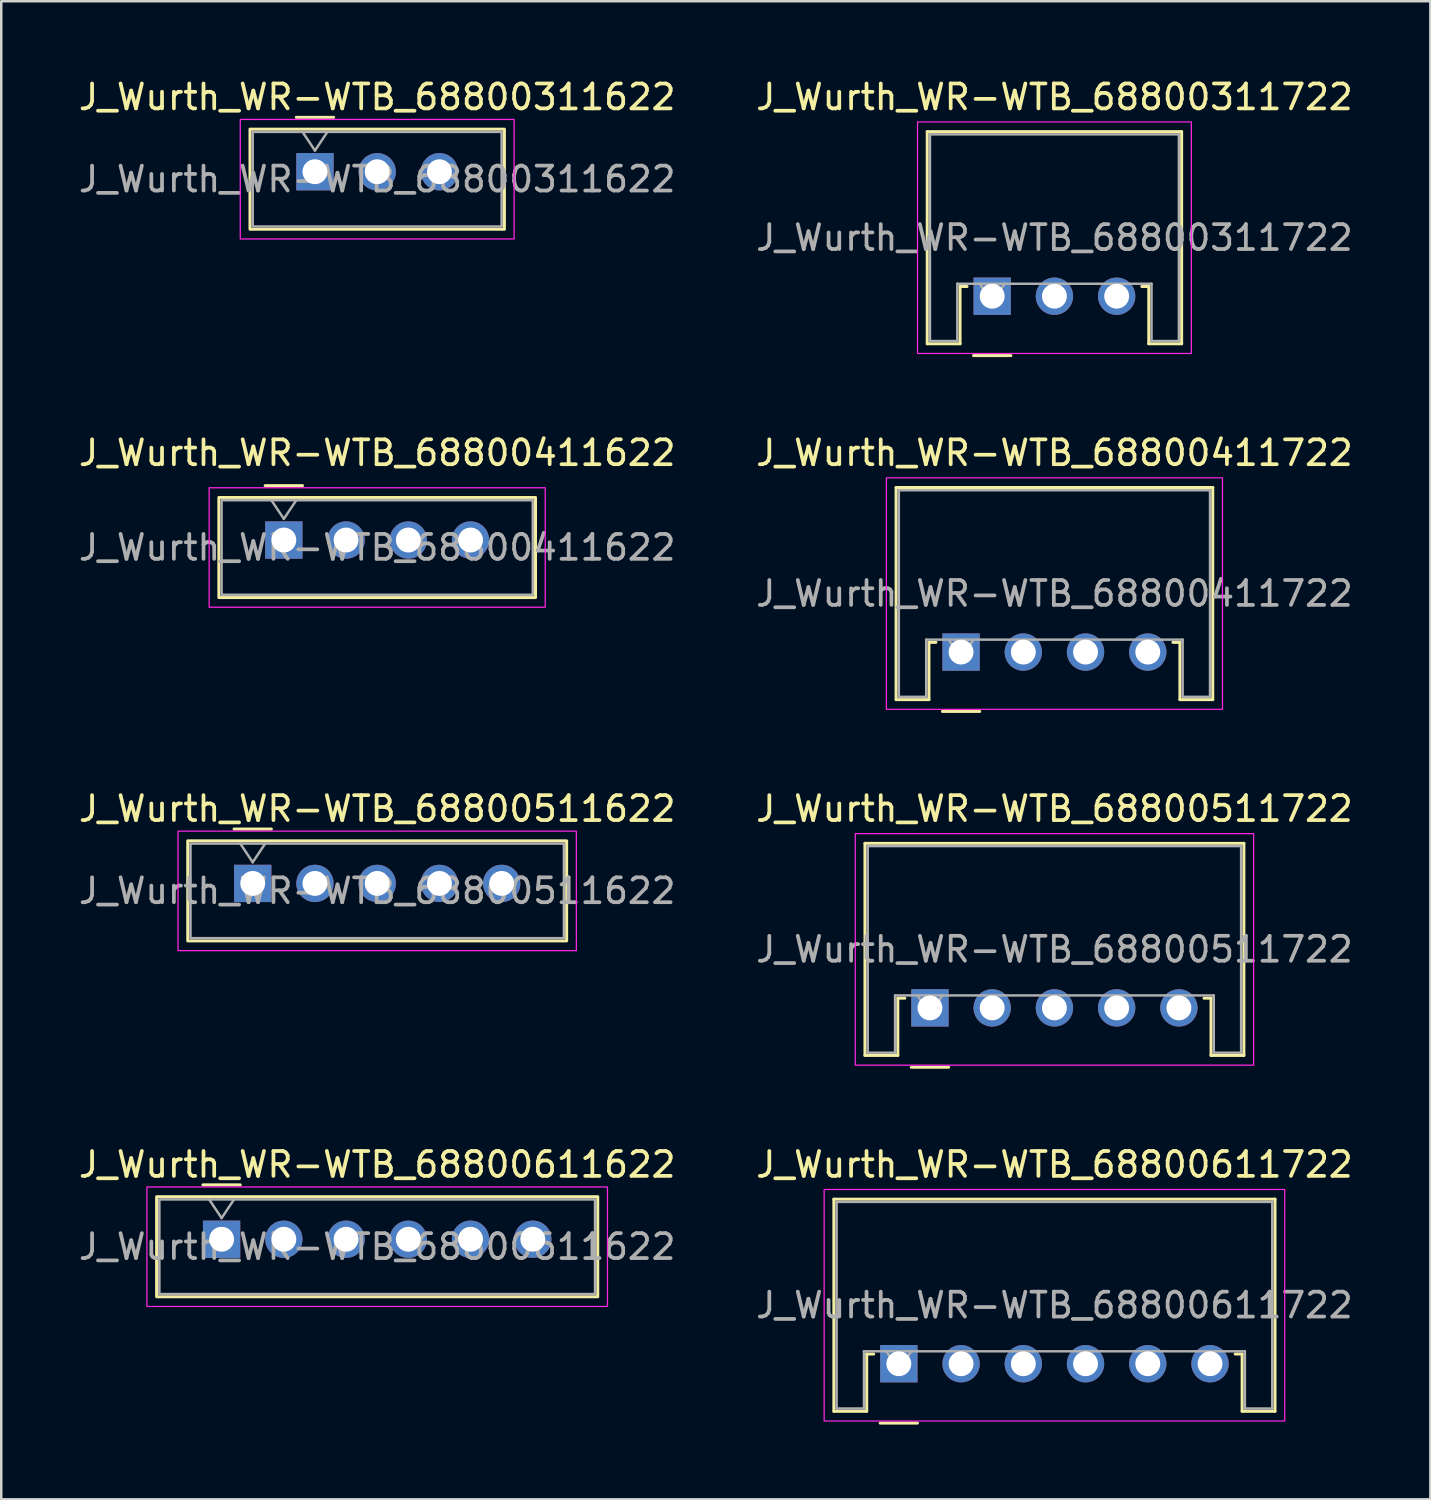
<source format=kicad_pcb>
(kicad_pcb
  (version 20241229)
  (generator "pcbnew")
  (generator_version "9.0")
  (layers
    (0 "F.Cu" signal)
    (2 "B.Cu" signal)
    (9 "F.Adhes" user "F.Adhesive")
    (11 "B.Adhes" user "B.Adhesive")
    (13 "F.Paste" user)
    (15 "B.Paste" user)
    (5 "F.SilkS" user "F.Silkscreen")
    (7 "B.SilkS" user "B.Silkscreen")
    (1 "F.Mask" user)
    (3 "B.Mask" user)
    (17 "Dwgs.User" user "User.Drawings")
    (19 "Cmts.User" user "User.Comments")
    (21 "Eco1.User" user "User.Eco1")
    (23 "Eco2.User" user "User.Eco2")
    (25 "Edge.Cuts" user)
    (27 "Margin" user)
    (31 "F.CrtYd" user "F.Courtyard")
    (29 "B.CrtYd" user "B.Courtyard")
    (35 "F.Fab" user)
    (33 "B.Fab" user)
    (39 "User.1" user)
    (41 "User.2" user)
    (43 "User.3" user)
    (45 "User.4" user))
  (footprint "J_Wurth_WR-WTB_68800411722"
    (layer "F.Cu")
    (at 35.554 23.142)
    (property "Reference" "J_Wurth_WR-WTB_68800411722" (at 3.75 -8 0) (unlocked yes) (layer "F.SilkS") (effects (font (size 1 1) (thickness 0.15))))
    (attr through_hole)
    (fp_line (start -2.61 -6.61) (end 10.11 -6.61) (stroke (width 0.12) (type default)) (layer "F.SilkS"))
    (fp_line (start -2.61 1.91) (end -2.61 -6.61) (stroke (width 0.12) (type default)) (layer "F.SilkS"))
    (fp_line (start -2.61 1.91) (end -1.29 1.91) (stroke (width 0.12) (type solid)) (layer "F.SilkS"))
    (fp_line (start -1.29 1.91) (end -1.29 -0.39) (stroke (width 0.12) (type solid)) (layer "F.SilkS"))
    (fp_line (start -1.01 -0.39) (end -1.29 -0.39) (stroke (width 0.12) (type solid)) (layer "F.SilkS"))
    (fp_line (start 0.75 2.385) (end -0.75 2.385) (stroke (width 0.12) (type solid)) (layer "F.SilkS"))
    (fp_line (start 8.79 -0.39) (end 8.51 -0.39) (stroke (width 0.12) (type solid)) (layer "F.SilkS"))
    (fp_line (start 8.79 1.91) (end 8.79 -0.39) (stroke (width 0.12) (type solid)) (layer "F.SilkS"))
    (fp_line (start 10.11 -6.61) (end 10.11 1.91) (stroke (width 0.12) (type default)) (layer "F.SilkS"))
    (fp_line (start 10.11 1.91) (end 8.79 1.91) (stroke (width 0.12) (type solid)) (layer "F.SilkS"))
    (fp_rect (start -3 -7) (end 10.5 2.3) (stroke (width 0.05) (type solid)) (fill no) (layer "F.CrtYd"))
    (fp_line (start -2.5 -6.5) (end 10 -6.5) (stroke (width 0.1) (type default)) (layer "F.Fab"))
    (fp_line (start -2.5 1.8) (end -2.5 -6.5) (stroke (width 0.1) (type default)) (layer "F.Fab"))
    (fp_line (start -2.5 1.8) (end -1.4 1.8) (stroke (width 0.1) (type solid)) (layer "F.Fab"))
    (fp_line (start -1.4 -0.5) (end 8.9 -0.5) (stroke (width 0.1) (type default)) (layer "F.Fab"))
    (fp_line (start -1.4 1.8) (end -1.4 -0.5) (stroke (width 0.1) (type solid)) (layer "F.Fab"))
    (fp_line (start 0 0.25) (end -0.5 -0.5) (stroke (width 0.1) (type solid)) (layer "F.Fab"))
    (fp_line (start 0 0.25) (end 0.5 -0.5) (stroke (width 0.1) (type solid)) (layer "F.Fab"))
    (fp_line (start 8.9 1.8) (end 8.9 -0.5) (stroke (width 0.1) (type solid)) (layer "F.Fab"))
    (fp_line (start 10 -6.5) (end 10 1.8) (stroke (width 0.1) (type default)) (layer "F.Fab"))
    (fp_line (start 10 1.8) (end 8.9 1.8) (stroke (width 0.1) (type solid)) (layer "F.Fab"))
    (fp_text user "${REFERENCE}" (at 3.75 -2.35 0) (unlocked yes) (layer "F.Fab") (effects (font (size 1 1) (thickness 0.15))))
    (pad "1" thru_hole rect (at 0 0 180) (size 1.5 1.5) (drill 1) (layers "*.Cu" "*.Mask"))
    (pad "2" thru_hole circle (at 2.5 0 180) (size 1.5 1.5) (drill 1) (layers "*.Cu" "*.Mask"))
    (pad "3" thru_hole circle (at 5 0 180) (size 1.5 1.5) (drill 1) (layers "*.Cu" "*.Mask"))
    (pad "4" thru_hole circle (at 7.5 0 180) (size 1.5 1.5) (drill 1) (layers "*.Cu" "*.Mask")))
  (footprint "J_Wurth_WR-WTB_68800611622"
    (layer "F.Cu")
    (at 5.851 46.728)
    (property "Reference" "J_Wurth_WR-WTB_68800611622" (at 6.25 -3 0) (unlocked yes) (layer "F.SilkS") (effects (font (size 1 1) (thickness 0.15))))
    (attr through_hole)
    (fp_line (start -0.75 -2.185) (end 0.75 -2.185) (stroke (width 0.12) (type solid)) (layer "F.SilkS"))
    (fp_rect (start -2.61 2.31) (end 15.11 -1.71) (stroke (width 0.12) (type solid)) (fill no) (layer "F.SilkS"))
    (fp_rect (start -3 2.7) (end 15.5 -2.1) (stroke (width 0.05) (type solid)) (fill no) (layer "F.CrtYd"))
    (fp_line (start 0 -0.85) (end -0.5 -1.6) (stroke (width 0.1) (type solid)) (layer "F.Fab"))
    (fp_line (start 0 -0.85) (end 0.5 -1.6) (stroke (width 0.1) (type solid)) (layer "F.Fab"))
    (fp_rect (start -2.5 2.2) (end 15 -1.6) (stroke (width 0.1) (type solid)) (fill no) (layer "F.Fab"))
    (fp_text user "${REFERENCE}" (at 6.25 0.3 0) (unlocked yes) (layer "F.Fab") (effects (font (size 1 1) (thickness 0.15))))
    (pad "1" thru_hole rect (at 0 0 180) (size 1.5 1.5) (drill 1) (layers "*.Cu" "*.Mask"))
    (pad "2" thru_hole circle (at 2.5 0 180) (size 1.5 1.5) (drill 1) (layers "*.Cu" "*.Mask"))
    (pad "3" thru_hole circle (at 5 0 180) (size 1.5 1.5) (drill 1) (layers "*.Cu" "*.Mask"))
    (pad "4" thru_hole circle (at 7.5 0 180) (size 1.5 1.5) (drill 1) (layers "*.Cu" "*.Mask"))
    (pad "5" thru_hole circle (at 10 0 180) (size 1.5 1.5) (drill 1) (layers "*.Cu" "*.Mask"))
    (pad "6" thru_hole circle (at 12.5 0 180) (size 1.5 1.5) (drill 1) (layers "*.Cu" "*.Mask")))
  (footprint "J_Wurth_WR-WTB_68800311722"
    (layer "F.Cu")
    (at 36.804 8.848)
    (property "Reference" "J_Wurth_WR-WTB_68800311722" (at 2.5 -8 0) (unlocked yes) (layer "F.SilkS") (effects (font (size 1 1) (thickness 0.15))))
    (attr through_hole)
    (fp_line (start -2.61 -6.61) (end 7.61 -6.61) (stroke (width 0.12) (type default)) (layer "F.SilkS"))
    (fp_line (start -2.61 1.91) (end -2.61 -6.61) (stroke (width 0.12) (type default)) (layer "F.SilkS"))
    (fp_line (start -2.61 1.91) (end -1.29 1.91) (stroke (width 0.12) (type solid)) (layer "F.SilkS"))
    (fp_line (start -1.29 1.91) (end -1.29 -0.39) (stroke (width 0.12) (type solid)) (layer "F.SilkS"))
    (fp_line (start -1.01 -0.39) (end -1.29 -0.39) (stroke (width 0.12) (type solid)) (layer "F.SilkS"))
    (fp_line (start 0.75 2.385) (end -0.75 2.385) (stroke (width 0.12) (type solid)) (layer "F.SilkS"))
    (fp_line (start 6.29 -0.39) (end 6.01 -0.39) (stroke (width 0.12) (type solid)) (layer "F.SilkS"))
    (fp_line (start 6.29 1.91) (end 6.29 -0.39) (stroke (width 0.12) (type solid)) (layer "F.SilkS"))
    (fp_line (start 7.61 -6.61) (end 7.61 1.91) (stroke (width 0.12) (type default)) (layer "F.SilkS"))
    (fp_line (start 7.61 1.91) (end 6.29 1.91) (stroke (width 0.12) (type solid)) (layer "F.SilkS"))
    (fp_rect (start -3 -7) (end 8 2.3) (stroke (width 0.05) (type solid)) (fill no) (layer "F.CrtYd"))
    (fp_line (start -2.5 -6.5) (end 7.5 -6.5) (stroke (width 0.1) (type default)) (layer "F.Fab"))
    (fp_line (start -2.5 1.8) (end -2.5 -6.5) (stroke (width 0.1) (type default)) (layer "F.Fab"))
    (fp_line (start -2.5 1.8) (end -1.4 1.8) (stroke (width 0.1) (type solid)) (layer "F.Fab"))
    (fp_line (start -1.4 -0.5) (end 6.4 -0.5) (stroke (width 0.1) (type default)) (layer "F.Fab"))
    (fp_line (start -1.4 1.8) (end -1.4 -0.5) (stroke (width 0.1) (type solid)) (layer "F.Fab"))
    (fp_line (start 0 0.25) (end -0.5 -0.5) (stroke (width 0.1) (type solid)) (layer "F.Fab"))
    (fp_line (start 0 0.25) (end 0.5 -0.5) (stroke (width 0.1) (type solid)) (layer "F.Fab"))
    (fp_line (start 6.4 1.8) (end 6.4 -0.5) (stroke (width 0.1) (type solid)) (layer "F.Fab"))
    (fp_line (start 7.5 -6.5) (end 7.5 1.8) (stroke (width 0.1) (type default)) (layer "F.Fab"))
    (fp_line (start 7.5 1.8) (end 6.4 1.8) (stroke (width 0.1) (type solid)) (layer "F.Fab"))
    (fp_text user "${REFERENCE}" (at 2.5 -2.35 0) (unlocked yes) (layer "F.Fab") (effects (font (size 1 1) (thickness 0.15))))
    (pad "1" thru_hole rect (at 0 0 180) (size 1.5 1.5) (drill 1) (layers "*.Cu" "*.Mask"))
    (pad "2" thru_hole circle (at 2.5 0 180) (size 1.5 1.5) (drill 1) (layers "*.Cu" "*.Mask"))
    (pad "3" thru_hole circle (at 5 0 180) (size 1.5 1.5) (drill 1) (layers "*.Cu" "*.Mask")))
  (footprint "J_Wurth_WR-WTB_68800611722"
    (layer "F.Cu")
    (at 33.054 51.728)
    (property "Reference" "J_Wurth_WR-WTB_68800611722" (at 6.25 -8 0) (unlocked yes) (layer "F.SilkS") (effects (font (size 1 1) (thickness 0.15))))
    (attr through_hole)
    (fp_line (start -2.61 -6.61) (end 15.11 -6.61) (stroke (width 0.12) (type default)) (layer "F.SilkS"))
    (fp_line (start -2.61 1.91) (end -2.61 -6.61) (stroke (width 0.12) (type default)) (layer "F.SilkS"))
    (fp_line (start -2.61 1.91) (end -1.29 1.91) (stroke (width 0.12) (type solid)) (layer "F.SilkS"))
    (fp_line (start -1.29 1.91) (end -1.29 -0.39) (stroke (width 0.12) (type solid)) (layer "F.SilkS"))
    (fp_line (start -1.01 -0.39) (end -1.29 -0.39) (stroke (width 0.12) (type solid)) (layer "F.SilkS"))
    (fp_line (start 0.75 2.385) (end -0.75 2.385) (stroke (width 0.12) (type solid)) (layer "F.SilkS"))
    (fp_line (start 13.79 -0.39) (end 13.51 -0.39) (stroke (width 0.12) (type solid)) (layer "F.SilkS"))
    (fp_line (start 13.79 1.91) (end 13.79 -0.39) (stroke (width 0.12) (type solid)) (layer "F.SilkS"))
    (fp_line (start 15.11 -6.61) (end 15.11 1.91) (stroke (width 0.12) (type default)) (layer "F.SilkS"))
    (fp_line (start 15.11 1.91) (end 13.79 1.91) (stroke (width 0.12) (type solid)) (layer "F.SilkS"))
    (fp_rect (start -3 -7) (end 15.5 2.3) (stroke (width 0.05) (type solid)) (fill no) (layer "F.CrtYd"))
    (fp_line (start -2.5 -6.5) (end 15 -6.5) (stroke (width 0.1) (type default)) (layer "F.Fab"))
    (fp_line (start -2.5 1.8) (end -2.5 -6.5) (stroke (width 0.1) (type default)) (layer "F.Fab"))
    (fp_line (start -2.5 1.8) (end -1.4 1.8) (stroke (width 0.1) (type solid)) (layer "F.Fab"))
    (fp_line (start -1.4 -0.5) (end 13.9 -0.5) (stroke (width 0.1) (type default)) (layer "F.Fab"))
    (fp_line (start -1.4 1.8) (end -1.4 -0.5) (stroke (width 0.1) (type solid)) (layer "F.Fab"))
    (fp_line (start 0 0.25) (end -0.5 -0.5) (stroke (width 0.1) (type solid)) (layer "F.Fab"))
    (fp_line (start 0 0.25) (end 0.5 -0.5) (stroke (width 0.1) (type solid)) (layer "F.Fab"))
    (fp_line (start 13.9 1.8) (end 13.9 -0.5) (stroke (width 0.1) (type solid)) (layer "F.Fab"))
    (fp_line (start 15 -6.5) (end 15 1.8) (stroke (width 0.1) (type default)) (layer "F.Fab"))
    (fp_line (start 15 1.8) (end 13.9 1.8) (stroke (width 0.1) (type solid)) (layer "F.Fab"))
    (fp_text user "${REFERENCE}" (at 6.25 -2.35 0) (unlocked yes) (layer "F.Fab") (effects (font (size 1 1) (thickness 0.15))))
    (pad "1" thru_hole rect (at 0 0 180) (size 1.5 1.5) (drill 1) (layers "*.Cu" "*.Mask"))
    (pad "2" thru_hole circle (at 2.5 0 180) (size 1.5 1.5) (drill 1) (layers "*.Cu" "*.Mask"))
    (pad "3" thru_hole circle (at 5 0 180) (size 1.5 1.5) (drill 1) (layers "*.Cu" "*.Mask"))
    (pad "4" thru_hole circle (at 7.5 0 180) (size 1.5 1.5) (drill 1) (layers "*.Cu" "*.Mask"))
    (pad "5" thru_hole circle (at 10 0 180) (size 1.5 1.5) (drill 1) (layers "*.Cu" "*.Mask"))
    (pad "6" thru_hole circle (at 12.5 0 180) (size 1.5 1.5) (drill 1) (layers "*.Cu" "*.Mask")))
  (footprint "J_Wurth_WR-WTB_68800511722"
    (layer "F.Cu")
    (at 34.304 37.435)
    (property "Reference" "J_Wurth_WR-WTB_68800511722" (at 5 -8 0) (unlocked yes) (layer "F.SilkS") (effects (font (size 1 1) (thickness 0.15))))
    (attr through_hole)
    (fp_line (start -2.61 -6.61) (end 12.61 -6.61) (stroke (width 0.12) (type default)) (layer "F.SilkS"))
    (fp_line (start -2.61 1.91) (end -2.61 -6.61) (stroke (width 0.12) (type default)) (layer "F.SilkS"))
    (fp_line (start -2.61 1.91) (end -1.29 1.91) (stroke (width 0.12) (type solid)) (layer "F.SilkS"))
    (fp_line (start -1.29 1.91) (end -1.29 -0.39) (stroke (width 0.12) (type solid)) (layer "F.SilkS"))
    (fp_line (start -1.01 -0.39) (end -1.29 -0.39) (stroke (width 0.12) (type solid)) (layer "F.SilkS"))
    (fp_line (start 0.75 2.385) (end -0.75 2.385) (stroke (width 0.12) (type solid)) (layer "F.SilkS"))
    (fp_line (start 11.29 -0.39) (end 11.01 -0.39) (stroke (width 0.12) (type solid)) (layer "F.SilkS"))
    (fp_line (start 11.29 1.91) (end 11.29 -0.39) (stroke (width 0.12) (type solid)) (layer "F.SilkS"))
    (fp_line (start 12.61 -6.61) (end 12.61 1.91) (stroke (width 0.12) (type default)) (layer "F.SilkS"))
    (fp_line (start 12.61 1.91) (end 11.29 1.91) (stroke (width 0.12) (type solid)) (layer "F.SilkS"))
    (fp_rect (start -3 -7) (end 13 2.3) (stroke (width 0.05) (type solid)) (fill no) (layer "F.CrtYd"))
    (fp_line (start -2.5 -6.5) (end 12.5 -6.5) (stroke (width 0.1) (type default)) (layer "F.Fab"))
    (fp_line (start -2.5 1.8) (end -2.5 -6.5) (stroke (width 0.1) (type default)) (layer "F.Fab"))
    (fp_line (start -2.5 1.8) (end -1.4 1.8) (stroke (width 0.1) (type solid)) (layer "F.Fab"))
    (fp_line (start -1.4 -0.5) (end 11.4 -0.5) (stroke (width 0.1) (type default)) (layer "F.Fab"))
    (fp_line (start -1.4 1.8) (end -1.4 -0.5) (stroke (width 0.1) (type solid)) (layer "F.Fab"))
    (fp_line (start 0 0.25) (end -0.5 -0.5) (stroke (width 0.1) (type solid)) (layer "F.Fab"))
    (fp_line (start 0 0.25) (end 0.5 -0.5) (stroke (width 0.1) (type solid)) (layer "F.Fab"))
    (fp_line (start 11.4 1.8) (end 11.4 -0.5) (stroke (width 0.1) (type solid)) (layer "F.Fab"))
    (fp_line (start 12.5 -6.5) (end 12.5 1.8) (stroke (width 0.1) (type default)) (layer "F.Fab"))
    (fp_line (start 12.5 1.8) (end 11.4 1.8) (stroke (width 0.1) (type solid)) (layer "F.Fab"))
    (fp_text user "${REFERENCE}" (at 5 -2.35 0) (unlocked yes) (layer "F.Fab") (effects (font (size 1 1) (thickness 0.15))))
    (pad "1" thru_hole rect (at 0 0 180) (size 1.5 1.5) (drill 1) (layers "*.Cu" "*.Mask"))
    (pad "2" thru_hole circle (at 2.5 0 180) (size 1.5 1.5) (drill 1) (layers "*.Cu" "*.Mask"))
    (pad "3" thru_hole circle (at 5 0 180) (size 1.5 1.5) (drill 1) (layers "*.Cu" "*.Mask"))
    (pad "4" thru_hole circle (at 7.5 0 180) (size 1.5 1.5) (drill 1) (layers "*.Cu" "*.Mask"))
    (pad "5" thru_hole circle (at 10 0 180) (size 1.5 1.5) (drill 1) (layers "*.Cu" "*.Mask")))
  (footprint "J_Wurth_WR-WTB_68800311622"
    (layer "F.Cu")
    (at 9.601 3.848)
    (property "Reference" "J_Wurth_WR-WTB_68800311622" (at 2.5 -3 0) (unlocked yes) (layer "F.SilkS") (effects (font (size 1 1) (thickness 0.15))))
    (attr through_hole)
    (fp_line (start -0.75 -2.185) (end 0.75 -2.185) (stroke (width 0.12) (type solid)) (layer "F.SilkS"))
    (fp_rect (start -2.61 2.31) (end 7.61 -1.71) (stroke (width 0.12) (type solid)) (fill no) (layer "F.SilkS"))
    (fp_rect (start -3 2.7) (end 8 -2.1) (stroke (width 0.05) (type solid)) (fill no) (layer "F.CrtYd"))
    (fp_line (start 0 -0.85) (end -0.5 -1.6) (stroke (width 0.1) (type solid)) (layer "F.Fab"))
    (fp_line (start 0 -0.85) (end 0.5 -1.6) (stroke (width 0.1) (type solid)) (layer "F.Fab"))
    (fp_rect (start -2.5 2.2) (end 7.5 -1.6) (stroke (width 0.1) (type solid)) (fill no) (layer "F.Fab"))
    (fp_text user "${REFERENCE}" (at 2.5 0.3 0) (unlocked yes) (layer "F.Fab") (effects (font (size 1 1) (thickness 0.15))))
    (pad "1" thru_hole rect (at 0 0 180) (size 1.5 1.5) (drill 1) (layers "*.Cu" "*.Mask"))
    (pad "2" thru_hole circle (at 2.5 0 180) (size 1.5 1.5) (drill 1) (layers "*.Cu" "*.Mask"))
    (pad "3" thru_hole circle (at 5 0 180) (size 1.5 1.5) (drill 1) (layers "*.Cu" "*.Mask")))
  (footprint "J_Wurth_WR-WTB_68800411622"
    (layer "F.Cu")
    (at 8.351 18.642)
    (property "Reference" "J_Wurth_WR-WTB_68800411622" (at 3.75 -3.5 0) (unlocked yes) (layer "F.SilkS") (effects (font (size 1 1) (thickness 0.15))))
    (attr through_hole)
    (fp_line (start -0.75 -2.185) (end 0.75 -2.185) (stroke (width 0.12) (type solid)) (layer "F.SilkS"))
    (fp_rect (start -2.61 2.31) (end 10.11 -1.71) (stroke (width 0.12) (type solid)) (fill no) (layer "F.SilkS"))
    (fp_rect (start -3 2.7) (end 10.5 -2.1) (stroke (width 0.05) (type solid)) (fill no) (layer "F.CrtYd"))
    (fp_line (start 0 -0.85) (end -0.5 -1.6) (stroke (width 0.1) (type solid)) (layer "F.Fab"))
    (fp_line (start 0 -0.85) (end 0.5 -1.6) (stroke (width 0.1) (type solid)) (layer "F.Fab"))
    (fp_rect (start -2.5 2.2) (end 10 -1.6) (stroke (width 0.1) (type solid)) (fill no) (layer "F.Fab"))
    (fp_text user "${REFERENCE}" (at 3.75 0.3 0) (unlocked yes) (layer "F.Fab") (effects (font (size 1 1) (thickness 0.15))))
    (pad "1" thru_hole rect (at 0 0 180) (size 1.5 1.5) (drill 1) (layers "*.Cu" "*.Mask"))
    (pad "2" thru_hole circle (at 2.5 0 180) (size 1.5 1.5) (drill 1) (layers "*.Cu" "*.Mask"))
    (pad "3" thru_hole circle (at 5 0 180) (size 1.5 1.5) (drill 1) (layers "*.Cu" "*.Mask"))
    (pad "4" thru_hole circle (at 7.5 0 180) (size 1.5 1.5) (drill 1) (layers "*.Cu" "*.Mask")))
  (footprint "J_Wurth_WR-WTB_68800511622"
    (layer "F.Cu")
    (at 7.101 32.435)
    (property "Reference" "J_Wurth_WR-WTB_68800511622" (at 5 -3 0) (unlocked yes) (layer "F.SilkS") (effects (font (size 1 1) (thickness 0.15))))
    (attr through_hole)
    (fp_line (start -0.75 -2.185) (end 0.75 -2.185) (stroke (width 0.12) (type solid)) (layer "F.SilkS"))
    (fp_rect (start -2.61 2.31) (end 12.61 -1.71) (stroke (width 0.12) (type solid)) (fill no) (layer "F.SilkS"))
    (fp_rect (start -3 2.7) (end 13 -2.1) (stroke (width 0.05) (type solid)) (fill no) (layer "F.CrtYd"))
    (fp_line (start 0 -0.85) (end -0.5 -1.6) (stroke (width 0.1) (type solid)) (layer "F.Fab"))
    (fp_line (start 0 -0.85) (end 0.5 -1.6) (stroke (width 0.1) (type solid)) (layer "F.Fab"))
    (fp_rect (start -2.5 2.2) (end 12.5 -1.6) (stroke (width 0.1) (type solid)) (fill no) (layer "F.Fab"))
    (fp_text user "${REFERENCE}" (at 5 0.3 0) (unlocked yes) (layer "F.Fab") (effects (font (size 1 1) (thickness 0.15))))
    (pad "1" thru_hole rect (at 0 0 180) (size 1.5 1.5) (drill 1) (layers "*.Cu" "*.Mask"))
    (pad "2" thru_hole circle (at 2.5 0 180) (size 1.5 1.5) (drill 1) (layers "*.Cu" "*.Mask"))
    (pad "3" thru_hole circle (at 5 0 180) (size 1.5 1.5) (drill 1) (layers "*.Cu" "*.Mask"))
    (pad "4" thru_hole circle (at 7.5 0 180) (size 1.5 1.5) (drill 1) (layers "*.Cu" "*.Mask"))
    (pad "5" thru_hole circle (at 10 0 180) (size 1.5 1.5) (drill 1) (layers "*.Cu" "*.Mask")))
  (gr_rect
    (start -3 -3)
    (end 54.405 57.173)
    (stroke (width 0.1) (type default))
    (fill no)
    (layer "Edge.Cuts")))
</source>
